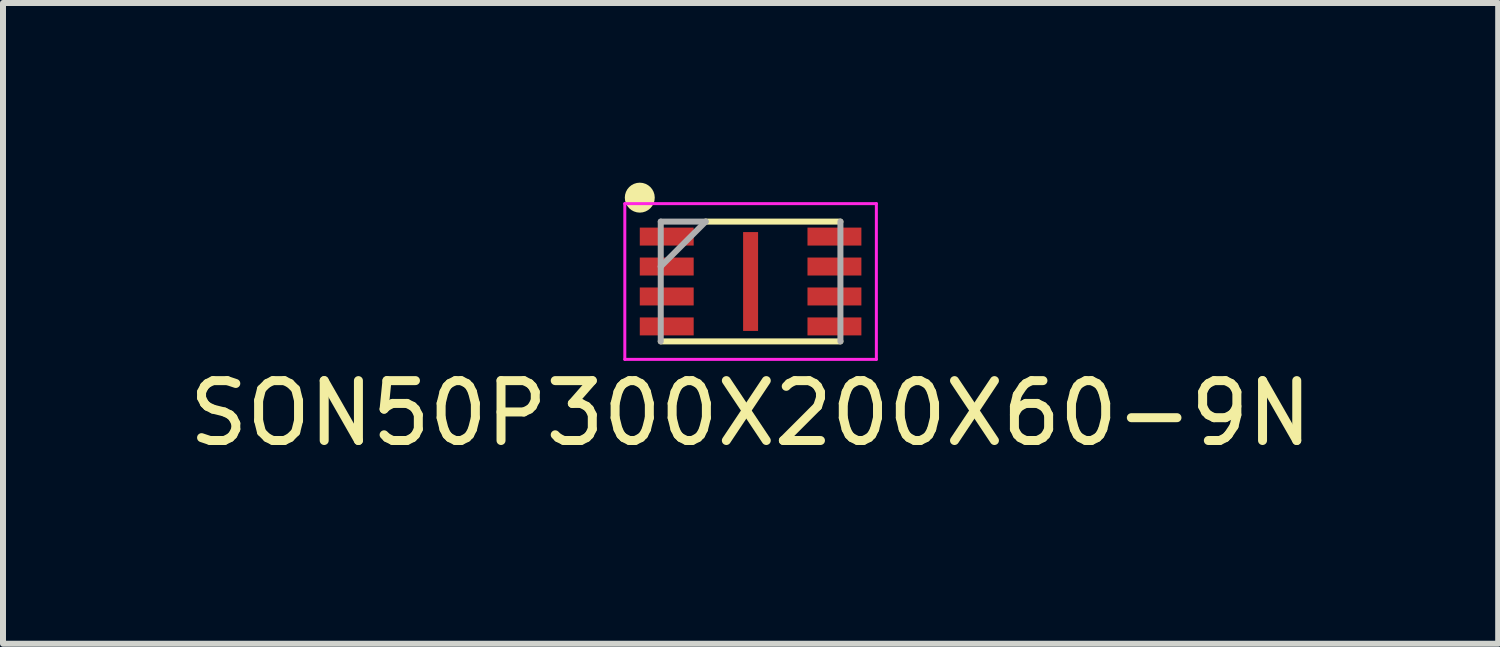
<source format=kicad_pcb>
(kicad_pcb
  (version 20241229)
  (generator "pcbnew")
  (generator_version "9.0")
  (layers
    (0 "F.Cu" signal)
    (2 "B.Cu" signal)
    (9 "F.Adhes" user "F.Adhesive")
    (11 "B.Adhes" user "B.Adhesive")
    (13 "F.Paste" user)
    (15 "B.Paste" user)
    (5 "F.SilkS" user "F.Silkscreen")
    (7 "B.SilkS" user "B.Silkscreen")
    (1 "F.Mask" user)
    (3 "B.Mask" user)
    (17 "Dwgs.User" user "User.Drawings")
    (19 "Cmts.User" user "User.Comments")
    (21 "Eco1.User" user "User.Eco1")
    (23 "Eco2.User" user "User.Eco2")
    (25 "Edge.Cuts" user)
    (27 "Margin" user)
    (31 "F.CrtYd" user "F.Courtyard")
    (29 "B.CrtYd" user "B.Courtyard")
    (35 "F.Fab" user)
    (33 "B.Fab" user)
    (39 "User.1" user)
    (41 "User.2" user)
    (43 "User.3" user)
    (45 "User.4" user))
  (footprint "SON50P300X200X60-9N"
    (layer "F.Cu")
    (at 9.482 1.65)
    (property "Reference" "SON50P300X200X60-9N" (at 0 2.2 0) (layer "F.SilkS") (effects (font (size 1 1) (thickness 0.15))))
    (attr smd)
    (fp_line (start -0.75 -1) (end 1.5 -1) (stroke (width 0.1) (type solid)) (layer "F.SilkS"))
    (fp_line (start 1.5 1) (end -1.5 1) (stroke (width 0.1) (type solid)) (layer "F.SilkS"))
    (fp_circle (center -1.85 -1.4) (end -1.725 -1.4) (stroke (width 0.25) (type solid)) (fill no) (layer "F.SilkS"))
    (fp_line (start -2.1 -1.3) (end 2.1 -1.3) (stroke (width 0.05) (type solid)) (layer "F.CrtYd"))
    (fp_line (start -2.1 1.3) (end -2.1 -1.3) (stroke (width 0.05) (type solid)) (layer "F.CrtYd"))
    (fp_line (start 2.1 -1.3) (end 2.1 1.3) (stroke (width 0.05) (type solid)) (layer "F.CrtYd"))
    (fp_line (start 2.1 1.3) (end -2.1 1.3) (stroke (width 0.05) (type solid)) (layer "F.CrtYd"))
    (fp_line (start -1.5 -1) (end -0.75 -1) (stroke (width 0.1) (type solid)) (layer "F.Fab"))
    (fp_line (start -1.5 -0.25) (end -1.5 -1) (stroke (width 0.1) (type solid)) (layer "F.Fab"))
    (fp_line (start -1.5 -0.25) (end -0.75 -1) (stroke (width 0.1) (type solid)) (layer "F.Fab"))
    (fp_line (start -1.5 1) (end -1.5 -0.25) (stroke (width 0.1) (type solid)) (layer "F.Fab"))
    (fp_line (start 1.5 -1) (end 1.5 1) (stroke (width 0.1) (type solid)) (layer "F.Fab"))
    (pad "1" smd rect (at -1.4 -0.75) (size 0.9 0.3) (layers "F.Cu" "F.Paste"))
    (pad "2" smd rect (at -1.4 -0.25) (size 0.9 0.3) (layers "F.Cu" "F.Paste"))
    (pad "3" smd rect (at -1.4 0.25) (size 0.9 0.3) (layers "F.Cu" "F.Paste"))
    (pad "4" smd rect (at -1.4 0.75) (size 0.9 0.3) (layers "F.Cu" "F.Paste"))
    (pad "5" smd rect (at 1.4 0.75) (size 0.9 0.3) (layers "F.Cu" "F.Paste"))
    (pad "6" smd rect (at 1.4 0.25) (size 0.9 0.3) (layers "F.Cu" "F.Paste"))
    (pad "7" smd rect (at 1.4 -0.25) (size 0.9 0.3) (layers "F.Cu" "F.Paste"))
    (pad "8" smd rect (at 1.4 -0.75) (size 0.9 0.3) (layers "F.Cu" "F.Paste"))
    (pad "9" smd rect (at 0 0 90) (size 1.65 0.25) (layers "F.Cu" "F.Paste")))
  (gr_rect
    (start -3 -3)
    (end 21.964 7.698)
    (stroke (width 0.1) (type default))
    (fill no)
    (layer "Edge.Cuts")))
</source>
